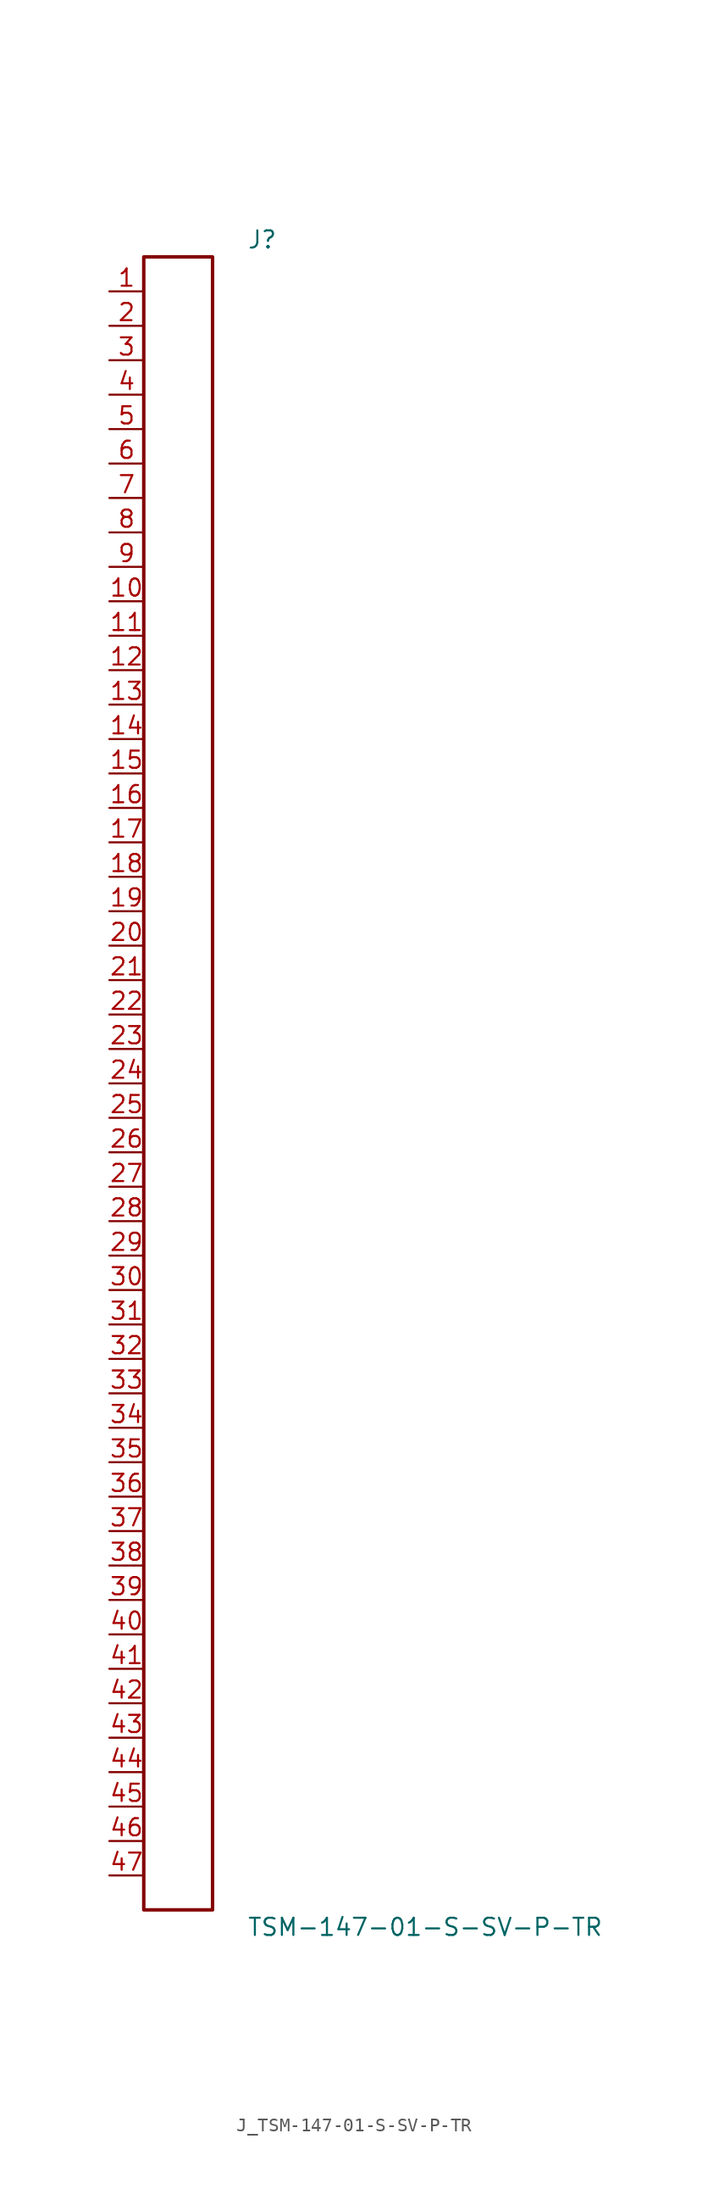
<source format=kicad_sym>
(kicad_symbol_lib
  (version 20231120)
  (generator kicad_symbol_editor)
  (generator_version 8.0)
  (symbol "J_TSM-147-01-S-SV-P-TR"
    (pin_names
      (offset 0.254))
    (property "Reference" "J"
      (at 5.08 62.23 0)
      (effects (font (size 1.27 1.27)) (justify left)))
    (property "Value" "TSM-147-01-S-SV-P-TR"
      (at 5.08 -62.23 0)
      (effects (font (size 1.27 1.27)) (justify left)))
    (symbol "J_TSM-147-01-S-SV-P-TR_0_0"
      (pin unspecified line (at -5.08 58.42 0) (length 2.54) (name "" (effects (font (size 1.27 1.27)))) (number "1" (effects (font (size 1.27 1.27)))))
      (pin unspecified line (at -5.08 55.88 0) (length 2.54) (name "" (effects (font (size 1.27 1.27)))) (number "2" (effects (font (size 1.27 1.27)))))
      (pin unspecified line (at -5.08 53.34 0) (length 2.54) (name "" (effects (font (size 1.27 1.27)))) (number "3" (effects (font (size 1.27 1.27)))))
      (pin unspecified line (at -5.08 50.8 0) (length 2.54) (name "" (effects (font (size 1.27 1.27)))) (number "4" (effects (font (size 1.27 1.27)))))
      (pin unspecified line (at -5.08 48.26 0) (length 2.54) (name "" (effects (font (size 1.27 1.27)))) (number "5" (effects (font (size 1.27 1.27)))))
      (pin unspecified line (at -5.08 45.72 0) (length 2.54) (name "" (effects (font (size 1.27 1.27)))) (number "6" (effects (font (size 1.27 1.27)))))
      (pin unspecified line (at -5.08 43.18 0) (length 2.54) (name "" (effects (font (size 1.27 1.27)))) (number "7" (effects (font (size 1.27 1.27)))))
      (pin unspecified line (at -5.08 40.64 0) (length 2.54) (name "" (effects (font (size 1.27 1.27)))) (number "8" (effects (font (size 1.27 1.27)))))
      (pin unspecified line (at -5.08 38.1 0) (length 2.54) (name "" (effects (font (size 1.27 1.27)))) (number "9" (effects (font (size 1.27 1.27)))))
      (pin unspecified line (at -5.08 35.56 0) (length 2.54) (name "" (effects (font (size 1.27 1.27)))) (number "10" (effects (font (size 1.27 1.27)))))
      (pin unspecified line (at -5.08 33.02 0) (length 2.54) (name "" (effects (font (size 1.27 1.27)))) (number "11" (effects (font (size 1.27 1.27)))))
      (pin unspecified line (at -5.08 30.48 0) (length 2.54) (name "" (effects (font (size 1.27 1.27)))) (number "12" (effects (font (size 1.27 1.27)))))
      (pin unspecified line (at -5.08 27.94 0) (length 2.54) (name "" (effects (font (size 1.27 1.27)))) (number "13" (effects (font (size 1.27 1.27)))))
      (pin unspecified line (at -5.08 25.4 0) (length 2.54) (name "" (effects (font (size 1.27 1.27)))) (number "14" (effects (font (size 1.27 1.27)))))
      (pin unspecified line (at -5.08 22.86 0) (length 2.54) (name "" (effects (font (size 1.27 1.27)))) (number "15" (effects (font (size 1.27 1.27)))))
      (pin unspecified line (at -5.08 20.32 0) (length 2.54) (name "" (effects (font (size 1.27 1.27)))) (number "16" (effects (font (size 1.27 1.27)))))
      (pin unspecified line (at -5.08 17.78 0) (length 2.54) (name "" (effects (font (size 1.27 1.27)))) (number "17" (effects (font (size 1.27 1.27)))))
      (pin unspecified line (at -5.08 15.24 0) (length 2.54) (name "" (effects (font (size 1.27 1.27)))) (number "18" (effects (font (size 1.27 1.27)))))
      (pin unspecified line (at -5.08 12.7 0) (length 2.54) (name "" (effects (font (size 1.27 1.27)))) (number "19" (effects (font (size 1.27 1.27)))))
      (pin unspecified line (at -5.08 10.16 0) (length 2.54) (name "" (effects (font (size 1.27 1.27)))) (number "20" (effects (font (size 1.27 1.27)))))
      (pin unspecified line (at -5.08 7.62 0) (length 2.54) (name "" (effects (font (size 1.27 1.27)))) (number "21" (effects (font (size 1.27 1.27)))))
      (pin unspecified line (at -5.08 5.08 0) (length 2.54) (name "" (effects (font (size 1.27 1.27)))) (number "22" (effects (font (size 1.27 1.27)))))
      (pin unspecified line (at -5.08 2.54 0) (length 2.54) (name "" (effects (font (size 1.27 1.27)))) (number "23" (effects (font (size 1.27 1.27)))))
      (pin unspecified line (at -5.08 0.0 0) (length 2.54) (name "" (effects (font (size 1.27 1.27)))) (number "24" (effects (font (size 1.27 1.27)))))
      (pin unspecified line (at -5.08 -2.54 0) (length 2.54) (name "" (effects (font (size 1.27 1.27)))) (number "25" (effects (font (size 1.27 1.27)))))
      (pin unspecified line (at -5.08 -5.08 0) (length 2.54) (name "" (effects (font (size 1.27 1.27)))) (number "26" (effects (font (size 1.27 1.27)))))
      (pin unspecified line (at -5.08 -7.62 0) (length 2.54) (name "" (effects (font (size 1.27 1.27)))) (number "27" (effects (font (size 1.27 1.27)))))
      (pin unspecified line (at -5.08 -10.16 0) (length 2.54) (name "" (effects (font (size 1.27 1.27)))) (number "28" (effects (font (size 1.27 1.27)))))
      (pin unspecified line (at -5.08 -12.7 0) (length 2.54) (name "" (effects (font (size 1.27 1.27)))) (number "29" (effects (font (size 1.27 1.27)))))
      (pin unspecified line (at -5.08 -15.24 0) (length 2.54) (name "" (effects (font (size 1.27 1.27)))) (number "30" (effects (font (size 1.27 1.27)))))
      (pin unspecified line (at -5.08 -17.78 0) (length 2.54) (name "" (effects (font (size 1.27 1.27)))) (number "31" (effects (font (size 1.27 1.27)))))
      (pin unspecified line (at -5.08 -20.32 0) (length 2.54) (name "" (effects (font (size 1.27 1.27)))) (number "32" (effects (font (size 1.27 1.27)))))
      (pin unspecified line (at -5.08 -22.86 0) (length 2.54) (name "" (effects (font (size 1.27 1.27)))) (number "33" (effects (font (size 1.27 1.27)))))
      (pin unspecified line (at -5.08 -25.4 0) (length 2.54) (name "" (effects (font (size 1.27 1.27)))) (number "34" (effects (font (size 1.27 1.27)))))
      (pin unspecified line (at -5.08 -27.94 0) (length 2.54) (name "" (effects (font (size 1.27 1.27)))) (number "35" (effects (font (size 1.27 1.27)))))
      (pin unspecified line (at -5.08 -30.48 0) (length 2.54) (name "" (effects (font (size 1.27 1.27)))) (number "36" (effects (font (size 1.27 1.27)))))
      (pin unspecified line (at -5.08 -33.02 0) (length 2.54) (name "" (effects (font (size 1.27 1.27)))) (number "37" (effects (font (size 1.27 1.27)))))
      (pin unspecified line (at -5.08 -35.56 0) (length 2.54) (name "" (effects (font (size 1.27 1.27)))) (number "38" (effects (font (size 1.27 1.27)))))
      (pin unspecified line (at -5.08 -38.1 0) (length 2.54) (name "" (effects (font (size 1.27 1.27)))) (number "39" (effects (font (size 1.27 1.27)))))
      (pin unspecified line (at -5.08 -40.64 0) (length 2.54) (name "" (effects (font (size 1.27 1.27)))) (number "40" (effects (font (size 1.27 1.27)))))
      (pin unspecified line (at -5.08 -43.18 0) (length 2.54) (name "" (effects (font (size 1.27 1.27)))) (number "41" (effects (font (size 1.27 1.27)))))
      (pin unspecified line (at -5.08 -45.72 0) (length 2.54) (name "" (effects (font (size 1.27 1.27)))) (number "42" (effects (font (size 1.27 1.27)))))
      (pin unspecified line (at -5.08 -48.26 0) (length 2.54) (name "" (effects (font (size 1.27 1.27)))) (number "43" (effects (font (size 1.27 1.27)))))
      (pin unspecified line (at -5.08 -50.8 0) (length 2.54) (name "" (effects (font (size 1.27 1.27)))) (number "44" (effects (font (size 1.27 1.27)))))
      (pin unspecified line (at -5.08 -53.34 0) (length 2.54) (name "" (effects (font (size 1.27 1.27)))) (number "45" (effects (font (size 1.27 1.27)))))
      (pin unspecified line (at -5.08 -55.88 0) (length 2.54) (name "" (effects (font (size 1.27 1.27)))) (number "46" (effects (font (size 1.27 1.27)))))
      (pin unspecified line (at -5.08 -58.42 0) (length 2.54) (name "" (effects (font (size 1.27 1.27)))) (number "47" (effects (font (size 1.27 1.27))))))
    (symbol "J_TSM-147-01-S-SV-P-TR_1_0"
      (rectangle (start -2.54 60.96) (end 2.54 -60.96) (stroke (width 0.254) (type solid)) (fill (type none))))))
</source>
